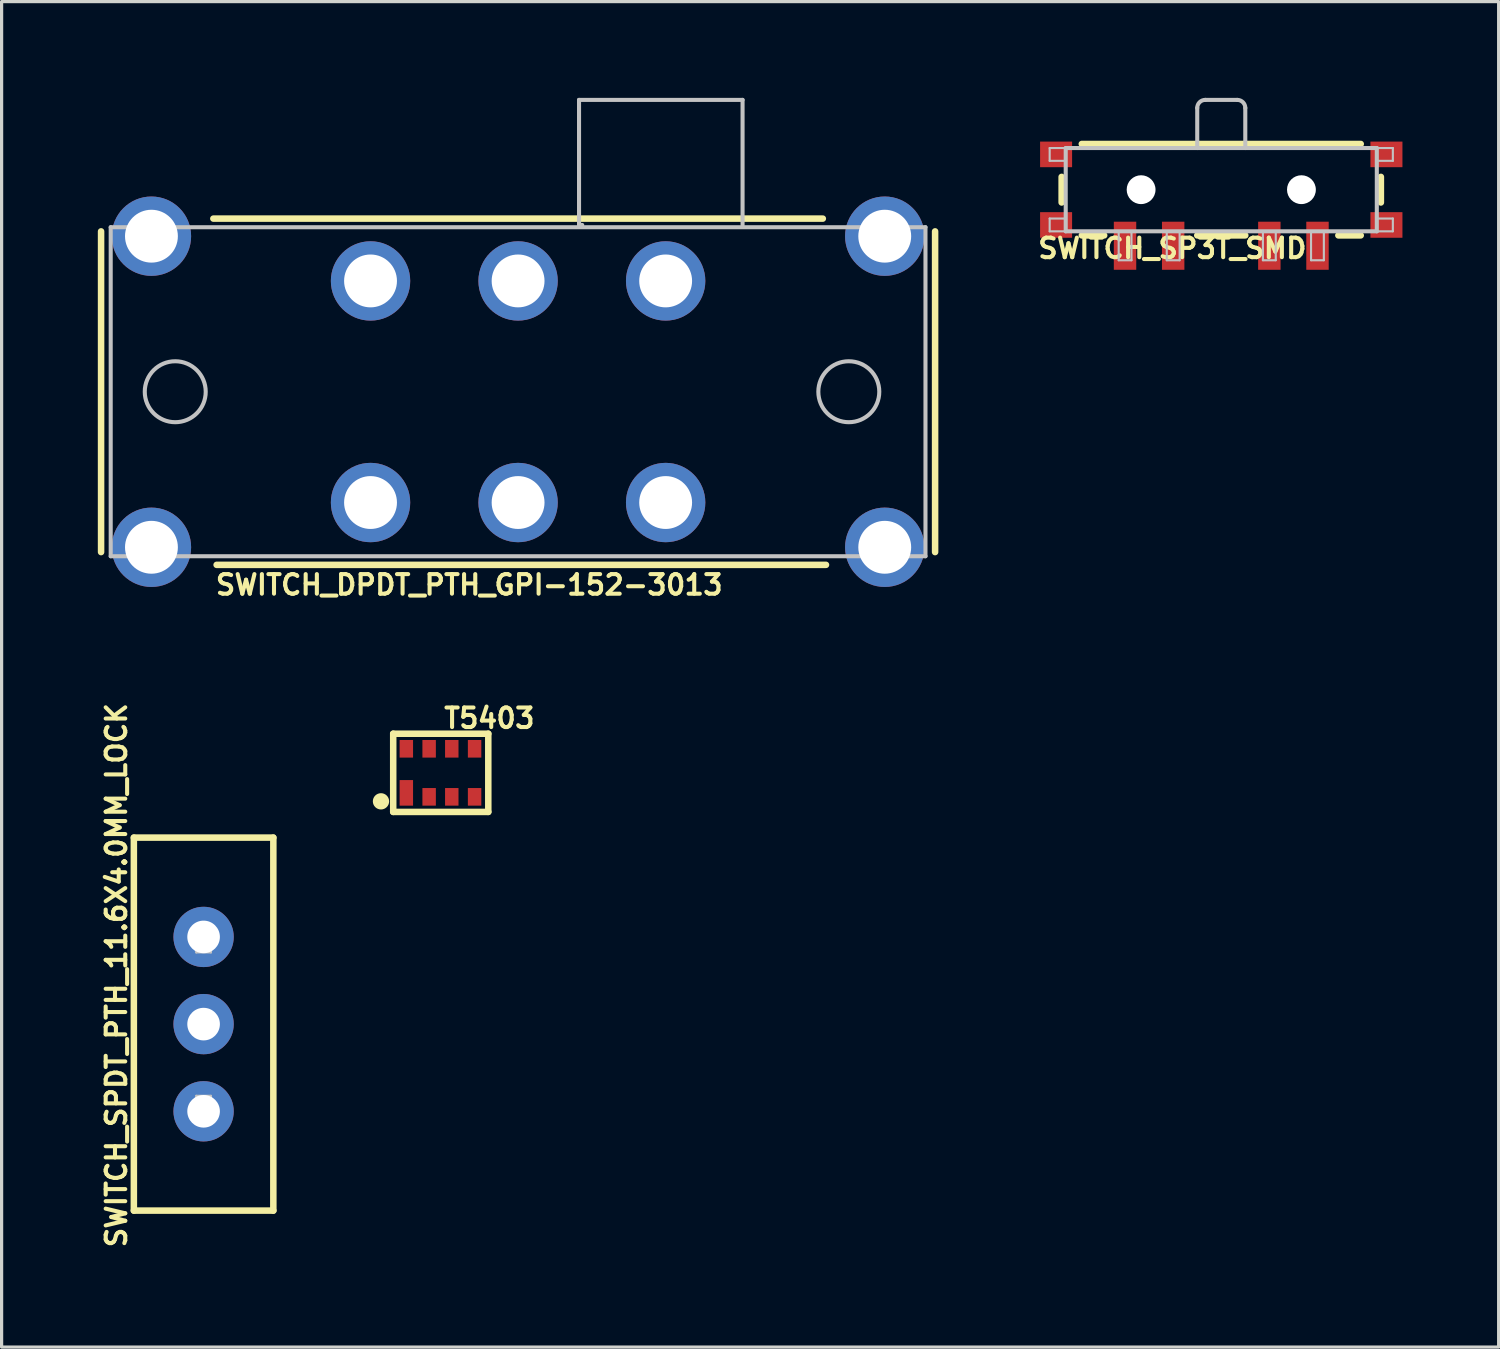
<source format=kicad_pcb>
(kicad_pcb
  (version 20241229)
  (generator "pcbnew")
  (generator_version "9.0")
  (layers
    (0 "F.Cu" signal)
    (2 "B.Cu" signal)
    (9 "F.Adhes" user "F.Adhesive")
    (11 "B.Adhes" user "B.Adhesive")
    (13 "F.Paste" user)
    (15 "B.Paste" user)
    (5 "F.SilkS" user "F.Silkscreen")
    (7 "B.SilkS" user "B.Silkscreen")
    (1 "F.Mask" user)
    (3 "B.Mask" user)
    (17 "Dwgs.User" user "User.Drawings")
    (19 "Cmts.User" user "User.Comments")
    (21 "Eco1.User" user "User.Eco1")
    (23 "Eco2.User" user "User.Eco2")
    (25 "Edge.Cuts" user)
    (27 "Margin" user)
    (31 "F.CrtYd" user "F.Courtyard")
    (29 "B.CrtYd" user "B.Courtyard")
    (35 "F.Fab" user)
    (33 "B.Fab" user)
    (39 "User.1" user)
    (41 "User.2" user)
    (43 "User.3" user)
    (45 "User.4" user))
  (footprint "SWITCH_DPDT_PTH_GPI-152-3013"
    (layer "F.Cu")
    (at 13.101 9.162)
    (property "Reference" "SWITCH_DPDT_PTH_GPI-152-3013" (at -1.524 6.02 180) (layer "F.SilkS") (effects (font (size 0.61 0.61) (thickness 0.127))))
    (attr exclude_from_pos_files exclude_from_bom)
    (fp_line (start -13 -4.999) (end -13 4.999) (stroke (width 0.203) (type solid)) (layer "F.SilkS"))
    (fp_line (start -9.5 -5.397) (end 9.5 -5.397) (stroke (width 0.203) (type solid)) (layer "F.SilkS"))
    (fp_line (start -9.398 5.397) (end 9.599 5.397) (stroke (width 0.203) (type solid)) (layer "F.SilkS"))
    (fp_line (start 13 -4.999) (end 13 4.999) (stroke (width 0.203) (type solid)) (layer "F.SilkS"))
    (fp_line (start -12.7 -5.128) (end -12.7 5.128) (stroke (width 0.127) (type solid)) (layer "Dwgs.User"))
    (fp_line (start -12.7 5.128) (end 12.7 5.128) (stroke (width 0.127) (type solid)) (layer "Dwgs.User"))
    (fp_line (start 1.9 -9.098) (end 6.998 -9.098) (stroke (width 0.127) (type solid)) (layer "Dwgs.User"))
    (fp_line (start 1.9 -5.199) (end 1.9 -9.098) (stroke (width 0.127) (type solid)) (layer "Dwgs.User"))
    (fp_line (start 1.999 -5.199) (end 1.9 -5.199) (stroke (width 0.127) (type solid)) (layer "Dwgs.User"))
    (fp_line (start 6.998 -9.098) (end 6.998 -5.199) (stroke (width 0.127) (type solid)) (layer "Dwgs.User"))
    (fp_line (start 12.7 -5.128) (end -12.7 -5.128) (stroke (width 0.127) (type solid)) (layer "Dwgs.User"))
    (fp_line (start 12.7 5.128) (end 12.7 -5.128) (stroke (width 0.127) (type solid)) (layer "Dwgs.User"))
    (fp_circle (center -10.688 0) (end -10.688 -0.95) (stroke (width 0.127) (type solid)) (fill no) (layer "Dwgs.User"))
    (fp_circle (center 10.31 0) (end 10.31 -0.95) (stroke (width 0.127) (type solid)) (fill no) (layer "Dwgs.User"))
    (pad "10" thru_hole circle (at -4.6 -3.454) (size 2.474 2.474) (drill 1.648) (layers "*.Cu" "*.Paste" "*.Mask"))
    (pad "11" thru_hole circle (at -4.6 3.454) (size 2.474 2.474) (drill 1.648) (layers "*.Cu" "*.Paste" "*.Mask"))
    (pad "20" thru_hole circle (at 4.6 -3.454) (size 2.474 2.474) (drill 1.648) (layers "*.Cu" "*.Paste" "*.Mask"))
    (pad "21" thru_hole circle (at 4.6 3.454) (size 2.474 2.474) (drill 1.648) (layers "*.Cu" "*.Paste" "*.Mask"))
    (pad "C@1" thru_hole circle (at 0 -3.454) (size 2.474 2.474) (drill 1.648) (layers "*.Cu" "*.Paste" "*.Mask"))
    (pad "C@2" thru_hole circle (at 0 3.454) (size 2.474 2.474) (drill 1.648) (layers "*.Cu" "*.Paste" "*.Mask"))
    (pad "P$7" thru_hole circle (at 11.43 -4.849) (size 2.474 2.474) (drill 1.648) (layers "*.Cu" "*.Paste" "*.Mask"))
    (pad "P$8" thru_hole circle (at -11.43 -4.849) (size 2.474 2.474) (drill 1.648) (layers "*.Cu" "*.Paste" "*.Mask"))
    (pad "P$9" thru_hole circle (at -11.43 4.849) (size 2.474 2.474) (drill 1.648) (layers "*.Cu" "*.Paste" "*.Mask"))
    (pad "P$10" thru_hole circle (at 11.43 4.849) (size 2.474 2.474) (drill 1.648) (layers "*.Cu" "*.Paste" "*.Mask")))
  (footprint "T5403"
    (layer "F.Cu")
    (at 10.681 21.042)
    (property "Reference" "T5403" (at 1.524 -1.702 0) (layer "F.SilkS") (effects (font (size 0.61 0.61) (thickness 0.127))))
    (attr smd)
    (fp_line (start -1.473 -1.219) (end -1.473 1.219) (stroke (width 0.203) (type solid)) (layer "F.SilkS"))
    (fp_line (start -1.473 -1.219) (end 1.491 -1.219) (stroke (width 0.203) (type solid)) (layer "F.SilkS"))
    (fp_line (start -1.473 1.219) (end 1.491 1.219) (stroke (width 0.203) (type solid)) (layer "F.SilkS"))
    (fp_line (start 1.491 1.219) (end 1.491 -1.219) (stroke (width 0.203) (type solid)) (layer "F.SilkS"))
    (fp_circle (center -1.854 0.889) (end -1.854 0.635) (stroke (width 0) (type solid)) (fill yes) (layer "F.SilkS"))
    (pad "1" smd rect (at -1.064 0.625) (size 0.419 0.798) (layers "F.Cu" "F.Mask" "F.Paste"))
    (pad "2" smd rect (at -0.353 0.749) (size 0.419 0.549) (layers "F.Cu" "F.Mask" "F.Paste"))
    (pad "3" smd rect (at 0.353 0.749) (size 0.419 0.549) (layers "F.Cu" "F.Mask" "F.Paste"))
    (pad "4" smd rect (at 1.064 0.749) (size 0.419 0.549) (layers "F.Cu" "F.Mask" "F.Paste"))
    (pad "5" smd rect (at 1.064 -0.749) (size 0.419 0.549) (layers "F.Cu" "F.Mask" "F.Paste"))
    (pad "6" smd rect (at 0.353 -0.749) (size 0.419 0.549) (layers "F.Cu" "F.Mask" "F.Paste"))
    (pad "7" smd rect (at -0.353 -0.749) (size 0.419 0.549) (layers "F.Cu" "F.Mask" "F.Paste"))
    (pad "8" smd rect (at -1.064 -0.749) (size 0.419 0.549) (layers "F.Cu" "F.Mask" "F.Paste")))
  (footprint "SWITCH_SPDT_PTH_11.6X4.0MM_LOCK"
    (layer "F.Cu")
    (at 3.297 28.876)
    (property "Reference" "SWITCH_SPDT_PTH_11.6X4.0MM_LOCK" (at -2.718 -1.524 90) (layer "F.SilkS") (effects (font (size 0.61 0.61) (thickness 0.127))))
    (attr exclude_from_pos_files exclude_from_bom)
    (fp_line (start -2.174 -5.814) (end -2.174 5.814) (stroke (width 0.203) (type solid)) (layer "F.SilkS"))
    (fp_line (start -2.174 5.814) (end 2.174 5.814) (stroke (width 0.203) (type solid)) (layer "F.SilkS"))
    (fp_line (start 2.174 -5.814) (end -2.174 -5.814) (stroke (width 0.203) (type solid)) (layer "F.SilkS"))
    (fp_line (start 2.174 5.814) (end 2.174 -5.814) (stroke (width 0.203) (type solid)) (layer "F.SilkS"))
    (fp_line (start -0.229 -2.845) (end 0.229 -2.845) (stroke (width 0.066) (type solid)) (layer "Dwgs.User"))
    (fp_line (start -0.229 -2.235) (end -0.229 -2.845) (stroke (width 0.066) (type solid)) (layer "Dwgs.User"))
    (fp_line (start -0.229 -2.235) (end 0.229 -2.235) (stroke (width 0.066) (type solid)) (layer "Dwgs.User"))
    (fp_line (start -0.229 -0.305) (end 0.229 -0.305) (stroke (width 0.066) (type solid)) (layer "Dwgs.User"))
    (fp_line (start -0.229 0.305) (end -0.229 -0.305) (stroke (width 0.066) (type solid)) (layer "Dwgs.User"))
    (fp_line (start -0.229 0.305) (end 0.229 0.305) (stroke (width 0.066) (type solid)) (layer "Dwgs.User"))
    (fp_line (start -0.229 2.235) (end 0.229 2.235) (stroke (width 0.066) (type solid)) (layer "Dwgs.User"))
    (fp_line (start -0.229 2.845) (end -0.229 2.235) (stroke (width 0.066) (type solid)) (layer "Dwgs.User"))
    (fp_line (start -0.229 2.845) (end 0.229 2.845) (stroke (width 0.066) (type solid)) (layer "Dwgs.User"))
    (fp_line (start 0.229 -2.235) (end 0.229 -2.845) (stroke (width 0.066) (type solid)) (layer "Dwgs.User"))
    (fp_line (start 0.229 0.305) (end 0.229 -0.305) (stroke (width 0.066) (type solid)) (layer "Dwgs.User"))
    (fp_line (start 0.229 2.845) (end 0.229 2.235) (stroke (width 0.066) (type solid)) (layer "Dwgs.User"))
    (pad "1" thru_hole circle (at 0 -2.718) (size 1.88 1.88) (drill 1.016) (layers "*.Cu" "*.Paste" "*.Mask"))
    (pad "2" thru_hole circle (at 0 0) (size 1.88 1.88) (drill 1.016) (layers "*.Cu" "*.Paste" "*.Mask"))
    (pad "3" thru_hole circle (at 0 2.718) (size 1.88 1.88) (drill 1.016) (layers "*.Cu" "*.Paste" "*.Mask")))
  (footprint "SWITCH_SP3T_SMD"
    (layer "F.Cu")
    (at 35.022 2.863)
    (property "Reference" "SWITCH_SP3T_SMD" (at -1.524 1.829 180) (layer "F.SilkS") (effects (font (size 0.61 0.61) (thickness 0.127))))
    (attr smd)
    (fp_line (start -4.976 0.399) (end -4.976 -0.399) (stroke (width 0.203) (type solid)) (layer "F.SilkS"))
    (fp_line (start -4.348 -1.425) (end 4.348 -1.425) (stroke (width 0.203) (type solid)) (layer "F.SilkS"))
    (fp_line (start -3.65 1.425) (end -4.348 1.425) (stroke (width 0.203) (type solid)) (layer "F.SilkS"))
    (fp_line (start 0.749 1.425) (end -0.749 1.425) (stroke (width 0.203) (type solid)) (layer "F.SilkS"))
    (fp_line (start 4.348 1.425) (end 3.65 1.425) (stroke (width 0.203) (type solid)) (layer "F.SilkS"))
    (fp_line (start 4.976 -0.399) (end 4.976 0.399) (stroke (width 0.203) (type solid)) (layer "F.SilkS"))
    (fp_line (start -5.349 -1.298) (end -4.849 -1.298) (stroke (width 0.066) (type solid)) (layer "Dwgs.User"))
    (fp_line (start -5.349 -0.899) (end -5.349 -1.298) (stroke (width 0.066) (type solid)) (layer "Dwgs.User"))
    (fp_line (start -5.349 -0.899) (end -4.849 -0.899) (stroke (width 0.066) (type solid)) (layer "Dwgs.User"))
    (fp_line (start -5.349 0.899) (end -4.849 0.899) (stroke (width 0.066) (type solid)) (layer "Dwgs.User"))
    (fp_line (start -5.349 1.298) (end -5.349 0.899) (stroke (width 0.066) (type solid)) (layer "Dwgs.User"))
    (fp_line (start -5.349 1.298) (end -4.849 1.298) (stroke (width 0.066) (type solid)) (layer "Dwgs.User"))
    (fp_line (start -4.849 -1.298) (end 4.849 -1.298) (stroke (width 0.127) (type solid)) (layer "Dwgs.User"))
    (fp_line (start -4.849 -0.899) (end -4.849 -1.298) (stroke (width 0.066) (type solid)) (layer "Dwgs.User"))
    (fp_line (start -4.849 1.298) (end -4.849 -1.298) (stroke (width 0.127) (type solid)) (layer "Dwgs.User"))
    (fp_line (start -4.849 1.298) (end -4.849 0.899) (stroke (width 0.066) (type solid)) (layer "Dwgs.User"))
    (fp_line (start -3.198 1.298) (end -2.799 1.298) (stroke (width 0.066) (type solid)) (layer "Dwgs.User"))
    (fp_line (start -3.198 2.2) (end -3.198 1.298) (stroke (width 0.066) (type solid)) (layer "Dwgs.User"))
    (fp_line (start -3.198 2.2) (end -2.799 2.2) (stroke (width 0.066) (type solid)) (layer "Dwgs.User"))
    (fp_line (start -2.799 2.2) (end -2.799 1.298) (stroke (width 0.066) (type solid)) (layer "Dwgs.User"))
    (fp_line (start -1.699 1.298) (end -1.298 1.298) (stroke (width 0.066) (type solid)) (layer "Dwgs.User"))
    (fp_line (start -1.699 2.2) (end -1.699 1.298) (stroke (width 0.066) (type solid)) (layer "Dwgs.User"))
    (fp_line (start -1.699 2.2) (end -1.298 2.2) (stroke (width 0.066) (type solid)) (layer "Dwgs.User"))
    (fp_line (start -1.298 2.2) (end -1.298 1.298) (stroke (width 0.066) (type solid)) (layer "Dwgs.User"))
    (fp_line (start -0.749 -2.548) (end -0.749 -1.298) (stroke (width 0.127) (type solid)) (layer "Dwgs.User"))
    (fp_line (start 0.498 -2.799) (end -0.498 -2.799) (stroke (width 0.127) (type solid)) (layer "Dwgs.User"))
    (fp_line (start 0.749 -1.298) (end 0.749 -2.548) (stroke (width 0.127) (type solid)) (layer "Dwgs.User"))
    (fp_line (start 1.298 1.298) (end 1.699 1.298) (stroke (width 0.066) (type solid)) (layer "Dwgs.User"))
    (fp_line (start 1.298 2.2) (end 1.298 1.298) (stroke (width 0.066) (type solid)) (layer "Dwgs.User"))
    (fp_line (start 1.298 2.2) (end 1.699 2.2) (stroke (width 0.066) (type solid)) (layer "Dwgs.User"))
    (fp_line (start 1.699 2.2) (end 1.699 1.298) (stroke (width 0.066) (type solid)) (layer "Dwgs.User"))
    (fp_line (start 2.799 1.298) (end 3.198 1.298) (stroke (width 0.066) (type solid)) (layer "Dwgs.User"))
    (fp_line (start 2.799 2.2) (end 2.799 1.298) (stroke (width 0.066) (type solid)) (layer "Dwgs.User"))
    (fp_line (start 2.799 2.2) (end 3.198 2.2) (stroke (width 0.066) (type solid)) (layer "Dwgs.User"))
    (fp_line (start 3.198 2.2) (end 3.198 1.298) (stroke (width 0.066) (type solid)) (layer "Dwgs.User"))
    (fp_line (start 4.849 -1.298) (end 4.849 1.298) (stroke (width 0.127) (type solid)) (layer "Dwgs.User"))
    (fp_line (start 4.849 -1.298) (end 5.349 -1.298) (stroke (width 0.066) (type solid)) (layer "Dwgs.User"))
    (fp_line (start 4.849 -0.899) (end 4.849 -1.298) (stroke (width 0.066) (type solid)) (layer "Dwgs.User"))
    (fp_line (start 4.849 -0.899) (end 5.349 -0.899) (stroke (width 0.066) (type solid)) (layer "Dwgs.User"))
    (fp_line (start 4.849 0.899) (end 5.349 0.899) (stroke (width 0.066) (type solid)) (layer "Dwgs.User"))
    (fp_line (start 4.849 1.298) (end -4.849 1.298) (stroke (width 0.127) (type solid)) (layer "Dwgs.User"))
    (fp_line (start 4.849 1.298) (end 4.849 0.899) (stroke (width 0.066) (type solid)) (layer "Dwgs.User"))
    (fp_line (start 4.849 1.298) (end 5.349 1.298) (stroke (width 0.066) (type solid)) (layer "Dwgs.User"))
    (fp_line (start 5.349 -0.899) (end 5.349 -1.298) (stroke (width 0.066) (type solid)) (layer "Dwgs.User"))
    (fp_line (start 5.349 1.298) (end 5.349 0.899) (stroke (width 0.066) (type solid)) (layer "Dwgs.User"))
    (fp_arc (start -0.7493 -2.54762) (mid -0.675649 -2.725429) (end -0.49784 -2.79908) (stroke (width 0.127) (type solid)) (layer "Dwgs.User"))
    (fp_arc (start 0.49784 -2.79908) (mid 0.675649 -2.725429) (end 0.7493 -2.54762) (stroke (width 0.127) (type solid)) (layer "Dwgs.User"))
    (pad "" np_thru_hole circle (at -2.499 0) (size 0.899 0.899) (drill 0.899) (layers "*.Cu" "*.Mask"))
    (pad "" np_thru_hole circle (at 2.499 0) (size 0.899 0.899) (drill 0.899) (layers "*.Cu" "*.Mask"))
    (pad "1" smd rect (at 3 1.748 180) (size 0.699 1.499) (layers "F.Cu" "F.Mask" "F.Paste"))
    (pad "2" smd rect (at 1.499 1.748 180) (size 0.699 1.499) (layers "F.Cu" "F.Mask" "F.Paste"))
    (pad "3" smd rect (at -1.499 1.748 180) (size 0.699 1.499) (layers "F.Cu" "F.Mask" "F.Paste"))
    (pad "4" smd rect (at -3 1.748 180) (size 0.699 1.499) (layers "F.Cu" "F.Mask" "F.Paste"))
    (pad "P$1" smd rect (at -5.149 1.1 180) (size 0.998 0.798) (layers "F.Cu" "F.Mask" "F.Paste"))
    (pad "P$2" smd rect (at -5.149 -1.1 180) (size 0.998 0.798) (layers "F.Cu" "F.Mask" "F.Paste"))
    (pad "P$3" smd rect (at 5.149 -1.1 180) (size 0.998 0.798) (layers "F.Cu" "F.Mask" "F.Paste"))
    (pad "P$4" smd rect (at 5.149 1.1 180) (size 0.998 0.798) (layers "F.Cu" "F.Mask" "F.Paste")))
  (gr_rect
    (start -3 -3)
    (end 43.669 38.944)
    (stroke (width 0.1) (type default))
    (fill no)
    (layer "Edge.Cuts")))
</source>
